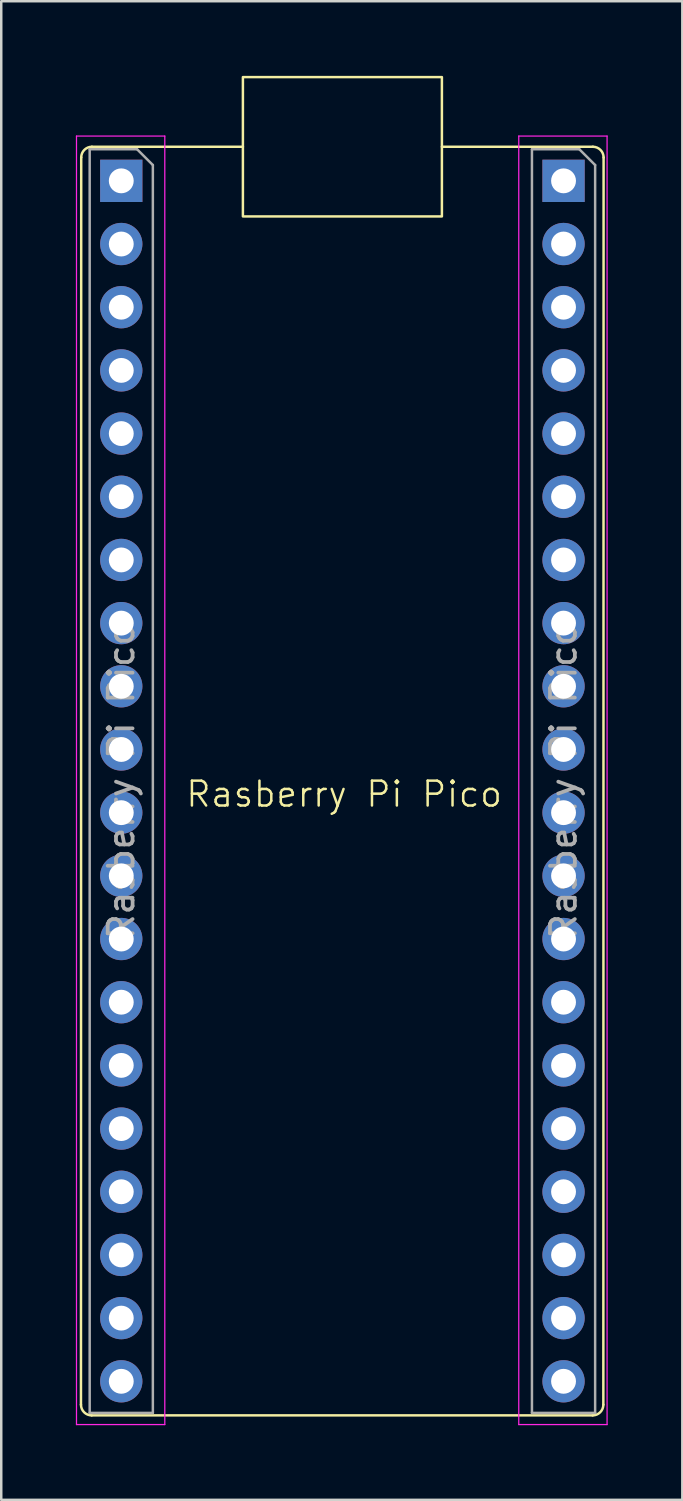
<source format=kicad_pcb>
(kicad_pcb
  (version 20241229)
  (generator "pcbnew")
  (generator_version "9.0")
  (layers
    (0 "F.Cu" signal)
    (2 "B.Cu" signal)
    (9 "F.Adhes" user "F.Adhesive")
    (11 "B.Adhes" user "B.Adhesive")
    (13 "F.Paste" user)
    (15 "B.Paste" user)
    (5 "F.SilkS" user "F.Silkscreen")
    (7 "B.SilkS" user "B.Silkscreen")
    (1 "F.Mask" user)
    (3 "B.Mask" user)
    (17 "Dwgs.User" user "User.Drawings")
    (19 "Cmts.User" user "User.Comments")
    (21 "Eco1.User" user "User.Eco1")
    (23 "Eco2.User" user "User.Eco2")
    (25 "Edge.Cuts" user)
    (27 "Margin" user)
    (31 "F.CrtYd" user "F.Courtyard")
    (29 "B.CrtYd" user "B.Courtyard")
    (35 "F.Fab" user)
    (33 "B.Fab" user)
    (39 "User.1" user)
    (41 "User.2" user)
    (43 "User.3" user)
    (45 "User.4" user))
  (footprint "Rasberry Pi Pico"
    (layer "F.Cu")
    (at 10.785 28.35)
    (property "Reference" "Rasberry Pi Pico" (at 0 0.525 0) (unlocked yes) (layer "F.SilkS") (effects (font (size 1 1) (thickness 0.1))))
    (attr through_hole)
    (fp_line (start -10.57 -25.07) (end -10.58 25.07) (stroke (width 0.1) (type default)) (layer "F.SilkS"))
    (fp_line (start -10.15 25.5) (end 9.99 25.5) (stroke (width 0.1) (type default)) (layer "F.SilkS"))
    (fp_line (start -10.14 -25.5) (end -4.07 -25.5) (stroke (width 0.1) (type default)) (layer "F.SilkS"))
    (fp_line (start 3.93 -25.5) (end 10 -25.5) (stroke (width 0.1) (type default)) (layer "F.SilkS"))
    (fp_line (start 10.42 25.07) (end 10.43 -25.07) (stroke (width 0.1) (type default)) (layer "F.SilkS"))
    (fp_rect (start -4.07 -28.3) (end 3.93 -22.7) (stroke (width 0.1) (type default)) (fill no) (layer "F.SilkS"))
    (fp_arc (start -10.57 -25.07) (mid -10.444056 -25.374056) (end -10.14 -25.5) (stroke (width 0.1) (type default)) (layer "F.SilkS"))
    (fp_arc (start -10.15 25.5) (mid -10.454056 25.374056) (end -10.58 25.07) (stroke (width 0.1) (type default)) (layer "F.SilkS"))
    (fp_arc (start 10 -25.5) (mid 10.304056 -25.374056) (end 10.43 -25.07) (stroke (width 0.1) (type default)) (layer "F.SilkS"))
    (fp_arc (start 10.42 25.07) (mid 10.294056 25.374056) (end 9.99 25.5) (stroke (width 0.1) (type default)) (layer "F.SilkS"))
    (fp_line (start -10.76 -25.93) (end -7.21 -25.93) (stroke (width 0.05) (type solid)) (layer "F.CrtYd"))
    (fp_line (start -10.76 25.87) (end -10.76 -25.93) (stroke (width 0.05) (type solid)) (layer "F.CrtYd"))
    (fp_line (start -7.21 -25.93) (end -7.21 25.87) (stroke (width 0.05) (type solid)) (layer "F.CrtYd"))
    (fp_line (start -7.21 25.87) (end -10.76 25.87) (stroke (width 0.05) (type solid)) (layer "F.CrtYd"))
    (fp_line (start 7.02 -25.93) (end 10.57 -25.93) (stroke (width 0.05) (type solid)) (layer "F.CrtYd"))
    (fp_line (start 7.02 25.87) (end 7.02 -25.93) (stroke (width 0.05) (type solid)) (layer "F.CrtYd"))
    (fp_line (start 10.57 -25.93) (end 10.57 25.87) (stroke (width 0.05) (type solid)) (layer "F.CrtYd"))
    (fp_line (start 10.57 25.87) (end 7.02 25.87) (stroke (width 0.05) (type solid)) (layer "F.CrtYd"))
    (fp_line (start -10.23 -25.4) (end -8.325 -25.4) (stroke (width 0.1) (type solid)) (layer "F.Fab"))
    (fp_line (start -10.23 25.4) (end -10.23 -25.4) (stroke (width 0.1) (type solid)) (layer "F.Fab"))
    (fp_line (start -8.325 -25.4) (end -7.69 -24.765) (stroke (width 0.1) (type solid)) (layer "F.Fab"))
    (fp_line (start -7.69 -24.765) (end -7.69 25.4) (stroke (width 0.1) (type solid)) (layer "F.Fab"))
    (fp_line (start -7.69 25.4) (end -10.23 25.4) (stroke (width 0.1) (type solid)) (layer "F.Fab"))
    (fp_line (start 7.55 -25.4) (end 9.455 -25.4) (stroke (width 0.1) (type solid)) (layer "F.Fab"))
    (fp_line (start 7.55 25.4) (end 7.55 -25.4) (stroke (width 0.1) (type solid)) (layer "F.Fab"))
    (fp_line (start 9.455 -25.4) (end 10.09 -24.765) (stroke (width 0.1) (type solid)) (layer "F.Fab"))
    (fp_line (start 10.09 -24.765) (end 10.09 25.4) (stroke (width 0.1) (type solid)) (layer "F.Fab"))
    (fp_line (start 10.09 25.4) (end 7.55 25.4) (stroke (width 0.1) (type solid)) (layer "F.Fab"))
    (fp_text user "${REFERENCE}" (at -8.96 0 90) (layer "F.Fab") (effects (font (size 1 1) (thickness 0.15))))
    (fp_text user "${REFERENCE}" (at 8.82 0 90) (layer "F.Fab") (effects (font (size 1 1) (thickness 0.15))))
    (pad "1" thru_hole rect (at -8.96 -24.13) (size 1.7 1.7) (drill 1) (layers "*.Cu" "*.Mask"))
    (pad "2" thru_hole oval (at -8.96 -21.59) (size 1.7 1.7) (drill 1) (layers "*.Cu" "*.Mask"))
    (pad "3" thru_hole oval (at -8.96 -19.05) (size 1.7 1.7) (drill 1) (layers "*.Cu" "*.Mask"))
    (pad "4" thru_hole oval (at -8.96 -16.51) (size 1.7 1.7) (drill 1) (layers "*.Cu" "*.Mask"))
    (pad "5" thru_hole oval (at -8.96 -13.97) (size 1.7 1.7) (drill 1) (layers "*.Cu" "*.Mask"))
    (pad "6" thru_hole oval (at -8.96 -11.43) (size 1.7 1.7) (drill 1) (layers "*.Cu" "*.Mask"))
    (pad "7" thru_hole oval (at -8.96 -8.89) (size 1.7 1.7) (drill 1) (layers "*.Cu" "*.Mask"))
    (pad "8" thru_hole oval (at -8.96 -6.35) (size 1.7 1.7) (drill 1) (layers "*.Cu" "*.Mask"))
    (pad "9" thru_hole oval (at -8.96 -3.81) (size 1.7 1.7) (drill 1) (layers "*.Cu" "*.Mask"))
    (pad "10" thru_hole oval (at -8.96 -1.27) (size 1.7 1.7) (drill 1) (layers "*.Cu" "*.Mask"))
    (pad "11" thru_hole oval (at -8.96 1.27) (size 1.7 1.7) (drill 1) (layers "*.Cu" "*.Mask"))
    (pad "12" thru_hole oval (at -8.96 3.81) (size 1.7 1.7) (drill 1) (layers "*.Cu" "*.Mask"))
    (pad "13" thru_hole oval (at -8.96 6.35) (size 1.7 1.7) (drill 1) (layers "*.Cu" "*.Mask"))
    (pad "14" thru_hole oval (at -8.96 8.89) (size 1.7 1.7) (drill 1) (layers "*.Cu" "*.Mask"))
    (pad "15" thru_hole oval (at -8.96 11.43) (size 1.7 1.7) (drill 1) (layers "*.Cu" "*.Mask"))
    (pad "16" thru_hole oval (at -8.96 13.97) (size 1.7 1.7) (drill 1) (layers "*.Cu" "*.Mask"))
    (pad "17" thru_hole oval (at -8.96 16.51) (size 1.7 1.7) (drill 1) (layers "*.Cu" "*.Mask"))
    (pad "18" thru_hole oval (at -8.96 19.05) (size 1.7 1.7) (drill 1) (layers "*.Cu" "*.Mask"))
    (pad "19" thru_hole oval (at -8.96 21.59) (size 1.7 1.7) (drill 1) (layers "*.Cu" "*.Mask"))
    (pad "20" thru_hole oval (at -8.96 24.13) (size 1.7 1.7) (drill 1) (layers "*.Cu" "*.Mask"))
    (pad "21" thru_hole oval (at 8.82 24.13) (size 1.7 1.7) (drill 1) (layers "*.Cu" "*.Mask"))
    (pad "22" thru_hole oval (at 8.82 21.59) (size 1.7 1.7) (drill 1) (layers "*.Cu" "*.Mask"))
    (pad "23" thru_hole oval (at 8.82 19.05) (size 1.7 1.7) (drill 1) (layers "*.Cu" "*.Mask"))
    (pad "24" thru_hole oval (at 8.82 16.51) (size 1.7 1.7) (drill 1) (layers "*.Cu" "*.Mask"))
    (pad "25" thru_hole oval (at 8.82 13.97) (size 1.7 1.7) (drill 1) (layers "*.Cu" "*.Mask"))
    (pad "26" thru_hole oval (at 8.82 11.43) (size 1.7 1.7) (drill 1) (layers "*.Cu" "*.Mask"))
    (pad "27" thru_hole oval (at 8.82 8.89) (size 1.7 1.7) (drill 1) (layers "*.Cu" "*.Mask"))
    (pad "28" thru_hole oval (at 8.82 6.35) (size 1.7 1.7) (drill 1) (layers "*.Cu" "*.Mask"))
    (pad "29" thru_hole oval (at 8.82 3.81) (size 1.7 1.7) (drill 1) (layers "*.Cu" "*.Mask"))
    (pad "30" thru_hole oval (at 8.82 1.27) (size 1.7 1.7) (drill 1) (layers "*.Cu" "*.Mask"))
    (pad "31" thru_hole oval (at 8.82 -1.27) (size 1.7 1.7) (drill 1) (layers "*.Cu" "*.Mask"))
    (pad "32" thru_hole oval (at 8.82 -3.81) (size 1.7 1.7) (drill 1) (layers "*.Cu" "*.Mask"))
    (pad "33" thru_hole oval (at 8.82 -6.35) (size 1.7 1.7) (drill 1) (layers "*.Cu" "*.Mask"))
    (pad "34" thru_hole oval (at 8.82 -8.89) (size 1.7 1.7) (drill 1) (layers "*.Cu" "*.Mask"))
    (pad "35" thru_hole oval (at 8.82 -11.43) (size 1.7 1.7) (drill 1) (layers "*.Cu" "*.Mask"))
    (pad "36" thru_hole oval (at 8.82 -13.97) (size 1.7 1.7) (drill 1) (layers "*.Cu" "*.Mask"))
    (pad "37" thru_hole oval (at 8.82 -16.51) (size 1.7 1.7) (drill 1) (layers "*.Cu" "*.Mask"))
    (pad "38" thru_hole oval (at 8.82 -19.05) (size 1.7 1.7) (drill 1) (layers "*.Cu" "*.Mask"))
    (pad "39" thru_hole oval (at 8.82 -21.59) (size 1.7 1.7) (drill 1) (layers "*.Cu" "*.Mask"))
    (pad "40" thru_hole rect (at 8.82 -24.13) (size 1.7 1.7) (drill 1) (layers "*.Cu" "*.Mask")))
  (gr_rect
    (start -3 -3)
    (end 24.38 57.245)
    (stroke (width 0.1) (type default))
    (fill no)
    (layer "Edge.Cuts")))
</source>
